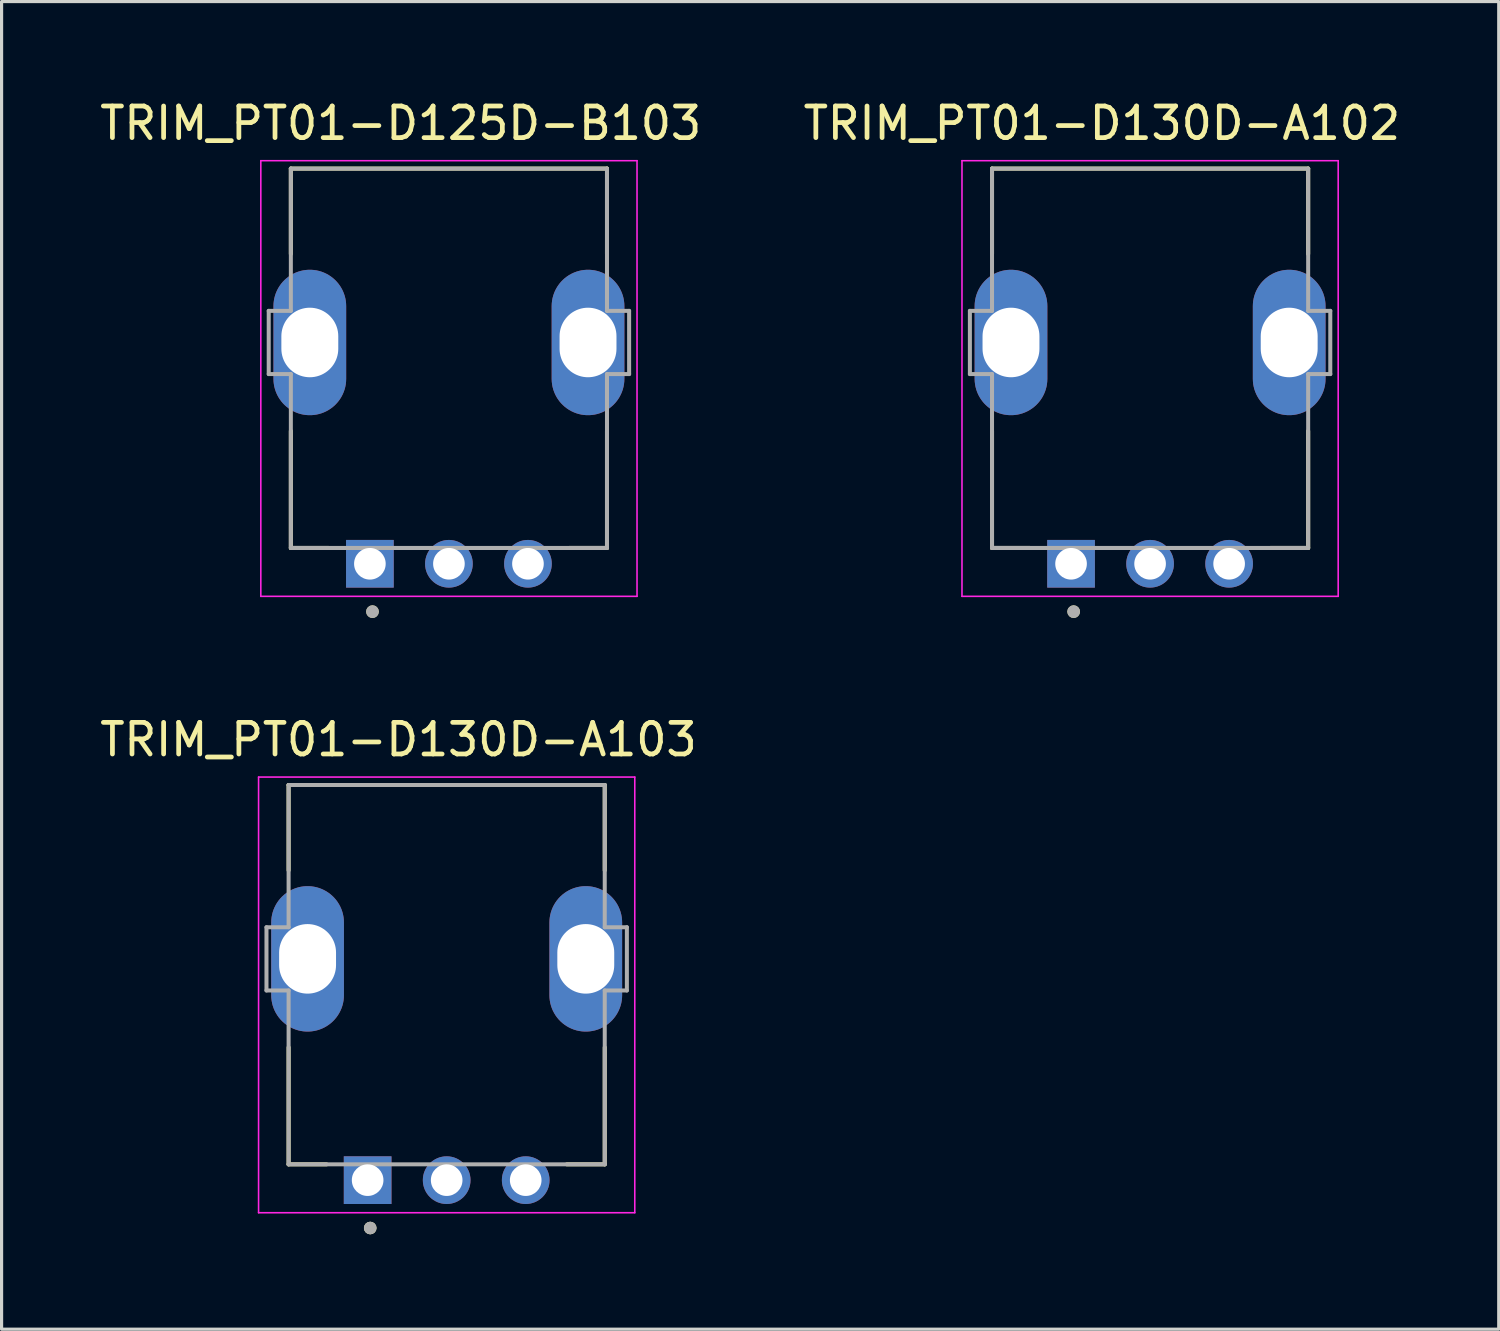
<source format=kicad_pcb>
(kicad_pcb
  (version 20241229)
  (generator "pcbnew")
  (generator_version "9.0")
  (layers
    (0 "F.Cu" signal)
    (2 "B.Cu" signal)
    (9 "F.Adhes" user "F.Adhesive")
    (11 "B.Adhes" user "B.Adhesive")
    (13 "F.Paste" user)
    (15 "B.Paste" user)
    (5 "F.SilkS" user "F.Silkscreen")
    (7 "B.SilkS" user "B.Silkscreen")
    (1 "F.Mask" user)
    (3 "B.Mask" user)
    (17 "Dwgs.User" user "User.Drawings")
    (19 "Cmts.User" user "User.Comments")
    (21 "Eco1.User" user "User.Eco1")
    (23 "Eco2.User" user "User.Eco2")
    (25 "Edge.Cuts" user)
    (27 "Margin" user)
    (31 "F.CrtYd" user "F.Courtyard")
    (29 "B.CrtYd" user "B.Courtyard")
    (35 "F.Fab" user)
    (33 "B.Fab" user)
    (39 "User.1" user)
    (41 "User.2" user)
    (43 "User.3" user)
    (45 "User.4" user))
  (footprint "TRIM_PT01-D130D-A102"
    (layer "F.Cu")
    (at 33.329 7.783)
    (property "Reference" "TRIM_PT01-D130D-A102" (at -1.525 -6.935 0) (layer "F.SilkS") (effects (font (size 1 1) (thickness 0.15))))
    (attr through_hole)
    (fp_line (start -5 -5.5) (end 5 -5.5) (stroke (width 0.127) (type solid)) (layer "F.SilkS"))
    (fp_line (start -5 -2.8) (end -5 -5.5) (stroke (width 0.127) (type solid)) (layer "F.SilkS"))
    (fp_line (start -5 2.8) (end -5 6.5) (stroke (width 0.127) (type solid)) (layer "F.SilkS"))
    (fp_line (start -5 6.5) (end -3.8 6.5) (stroke (width 0.127) (type solid)) (layer "F.SilkS"))
    (fp_line (start 5 -5.5) (end 5 -2.8) (stroke (width 0.127) (type solid)) (layer "F.SilkS"))
    (fp_line (start 5 2.8) (end 5 6.5) (stroke (width 0.127) (type solid)) (layer "F.SilkS"))
    (fp_line (start 5 6.5) (end 3.8 6.5) (stroke (width 0.127) (type solid)) (layer "F.SilkS"))
    (fp_circle (center -2.418 8.514) (end -2.318 8.514) (stroke (width 0.2) (type solid)) (fill no) (layer "F.SilkS"))
    (fp_line (start -5.95 -5.75) (end 5.95 -5.75) (stroke (width 0.05) (type solid)) (layer "F.CrtYd"))
    (fp_line (start -5.95 8.03) (end -5.95 -5.75) (stroke (width 0.05) (type solid)) (layer "F.CrtYd"))
    (fp_line (start 5.95 -5.75) (end 5.95 8.03) (stroke (width 0.05) (type solid)) (layer "F.CrtYd"))
    (fp_line (start 5.95 8.03) (end -5.95 8.03) (stroke (width 0.05) (type solid)) (layer "F.CrtYd"))
    (fp_line (start -5.7 -1) (end -5 -1) (stroke (width 0.127) (type solid)) (layer "F.Fab"))
    (fp_line (start -5.7 1) (end -5.7 -1) (stroke (width 0.127) (type solid)) (layer "F.Fab"))
    (fp_line (start -5 -5.5) (end 5 -5.5) (stroke (width 0.127) (type solid)) (layer "F.Fab"))
    (fp_line (start -5 -1) (end -5 -5.5) (stroke (width 0.127) (type solid)) (layer "F.Fab"))
    (fp_line (start -5 1) (end -5.7 1) (stroke (width 0.127) (type solid)) (layer "F.Fab"))
    (fp_line (start -5 6.5) (end -5 1) (stroke (width 0.127) (type solid)) (layer "F.Fab"))
    (fp_line (start -5 6.5) (end 5 6.5) (stroke (width 0.127) (type solid)) (layer "F.Fab"))
    (fp_line (start 5 -5.5) (end 5 -1) (stroke (width 0.127) (type solid)) (layer "F.Fab"))
    (fp_line (start 5 -1) (end 5.7 -1) (stroke (width 0.127) (type solid)) (layer "F.Fab"))
    (fp_line (start 5 1) (end 5 6.5) (stroke (width 0.127) (type solid)) (layer "F.Fab"))
    (fp_line (start 5.7 -1) (end 5.7 1) (stroke (width 0.127) (type solid)) (layer "F.Fab"))
    (fp_line (start 5.7 1) (end 5 1) (stroke (width 0.127) (type solid)) (layer "F.Fab"))
    (fp_circle (center -2.418 8.514) (end -2.318 8.514) (stroke (width 0.2) (type solid)) (fill no) (layer "F.Fab"))
    (pad "1" thru_hole rect (at -2.5 7) (size 1.508 1.508) (drill 1) (layers "*.Cu" "*.Mask"))
    (pad "2" thru_hole circle (at 0 7) (size 1.508 1.508) (drill 1) (layers "*.Cu" "*.Mask"))
    (pad "3" thru_hole circle (at 2.5 7) (size 1.508 1.508) (drill 1) (layers "*.Cu" "*.Mask"))
    (pad "S1" thru_hole oval (at -4.4 0) (size 2.3 4.6) (drill oval 1.8 2.2) (layers "*.Cu" "*.Mask"))
    (pad "S2" thru_hole oval (at 4.4 0) (size 2.3 4.6) (drill oval 1.8 2.2) (layers "*.Cu" "*.Mask")))
  (footprint "TRIM_PT01-D125D-B103"
    (layer "F.Cu")
    (at 11.15 7.783)
    (property "Reference" "TRIM_PT01-D125D-B103" (at -1.525 -6.935 0) (layer "F.SilkS") (effects (font (size 1 1) (thickness 0.15))))
    (attr through_hole)
    (fp_line (start -5 -5.5) (end 5 -5.5) (stroke (width 0.127) (type solid)) (layer "F.SilkS"))
    (fp_line (start -5 -2.8) (end -5 -5.5) (stroke (width 0.127) (type solid)) (layer "F.SilkS"))
    (fp_line (start -5 2.8) (end -5 6.5) (stroke (width 0.127) (type solid)) (layer "F.SilkS"))
    (fp_line (start -5 6.5) (end -3.8 6.5) (stroke (width 0.127) (type solid)) (layer "F.SilkS"))
    (fp_line (start 5 -5.5) (end 5 -2.8) (stroke (width 0.127) (type solid)) (layer "F.SilkS"))
    (fp_line (start 5 2.8) (end 5 6.5) (stroke (width 0.127) (type solid)) (layer "F.SilkS"))
    (fp_line (start 5 6.5) (end 3.8 6.5) (stroke (width 0.127) (type solid)) (layer "F.SilkS"))
    (fp_circle (center -2.418 8.514) (end -2.318 8.514) (stroke (width 0.2) (type solid)) (fill no) (layer "F.SilkS"))
    (fp_line (start -5.95 -5.75) (end 5.95 -5.75) (stroke (width 0.05) (type solid)) (layer "F.CrtYd"))
    (fp_line (start -5.95 8.03) (end -5.95 -5.75) (stroke (width 0.05) (type solid)) (layer "F.CrtYd"))
    (fp_line (start 5.95 -5.75) (end 5.95 8.03) (stroke (width 0.05) (type solid)) (layer "F.CrtYd"))
    (fp_line (start 5.95 8.03) (end -5.95 8.03) (stroke (width 0.05) (type solid)) (layer "F.CrtYd"))
    (fp_line (start -5.7 -1) (end -5 -1) (stroke (width 0.127) (type solid)) (layer "F.Fab"))
    (fp_line (start -5.7 1) (end -5.7 -1) (stroke (width 0.127) (type solid)) (layer "F.Fab"))
    (fp_line (start -5 -5.5) (end 5 -5.5) (stroke (width 0.127) (type solid)) (layer "F.Fab"))
    (fp_line (start -5 -1) (end -5 -5.5) (stroke (width 0.127) (type solid)) (layer "F.Fab"))
    (fp_line (start -5 1) (end -5.7 1) (stroke (width 0.127) (type solid)) (layer "F.Fab"))
    (fp_line (start -5 6.5) (end -5 1) (stroke (width 0.127) (type solid)) (layer "F.Fab"))
    (fp_line (start -5 6.5) (end 5 6.5) (stroke (width 0.127) (type solid)) (layer "F.Fab"))
    (fp_line (start 5 -5.5) (end 5 -1) (stroke (width 0.127) (type solid)) (layer "F.Fab"))
    (fp_line (start 5 -1) (end 5.7 -1) (stroke (width 0.127) (type solid)) (layer "F.Fab"))
    (fp_line (start 5 1) (end 5 6.5) (stroke (width 0.127) (type solid)) (layer "F.Fab"))
    (fp_line (start 5.7 -1) (end 5.7 1) (stroke (width 0.127) (type solid)) (layer "F.Fab"))
    (fp_line (start 5.7 1) (end 5 1) (stroke (width 0.127) (type solid)) (layer "F.Fab"))
    (fp_circle (center -2.418 8.514) (end -2.318 8.514) (stroke (width 0.2) (type solid)) (fill no) (layer "F.Fab"))
    (pad "1" thru_hole rect (at -2.5 7) (size 1.508 1.508) (drill 1) (layers "*.Cu" "*.Mask"))
    (pad "2" thru_hole circle (at 0 7) (size 1.508 1.508) (drill 1) (layers "*.Cu" "*.Mask"))
    (pad "3" thru_hole circle (at 2.5 7) (size 1.508 1.508) (drill 1) (layers "*.Cu" "*.Mask"))
    (pad "S1" thru_hole oval (at -4.4 0) (size 2.3 4.6) (drill oval 1.8 2.2) (layers "*.Cu" "*.Mask"))
    (pad "S2" thru_hole oval (at 4.4 0) (size 2.3 4.6) (drill oval 1.8 2.2) (layers "*.Cu" "*.Mask")))
  (footprint "TRIM_PT01-D130D-A103"
    (layer "F.Cu")
    (at 11.079 27.28)
    (property "Reference" "TRIM_PT01-D130D-A103" (at -1.525 -6.935 0) (layer "F.SilkS") (effects (font (size 1 1) (thickness 0.15))))
    (attr through_hole)
    (fp_line (start -5 -5.5) (end 5 -5.5) (stroke (width 0.127) (type solid)) (layer "F.SilkS"))
    (fp_line (start -5 -2.8) (end -5 -5.5) (stroke (width 0.127) (type solid)) (layer "F.SilkS"))
    (fp_line (start -5 2.8) (end -5 6.5) (stroke (width 0.127) (type solid)) (layer "F.SilkS"))
    (fp_line (start -5 6.5) (end -3.8 6.5) (stroke (width 0.127) (type solid)) (layer "F.SilkS"))
    (fp_line (start 5 -5.5) (end 5 -2.8) (stroke (width 0.127) (type solid)) (layer "F.SilkS"))
    (fp_line (start 5 2.8) (end 5 6.5) (stroke (width 0.127) (type solid)) (layer "F.SilkS"))
    (fp_line (start 5 6.5) (end 3.8 6.5) (stroke (width 0.127) (type solid)) (layer "F.SilkS"))
    (fp_circle (center -2.418 8.514) (end -2.318 8.514) (stroke (width 0.2) (type solid)) (fill no) (layer "F.SilkS"))
    (fp_line (start -5.95 -5.75) (end 5.95 -5.75) (stroke (width 0.05) (type solid)) (layer "F.CrtYd"))
    (fp_line (start -5.95 8.03) (end -5.95 -5.75) (stroke (width 0.05) (type solid)) (layer "F.CrtYd"))
    (fp_line (start 5.95 -5.75) (end 5.95 8.03) (stroke (width 0.05) (type solid)) (layer "F.CrtYd"))
    (fp_line (start 5.95 8.03) (end -5.95 8.03) (stroke (width 0.05) (type solid)) (layer "F.CrtYd"))
    (fp_line (start -5.7 -1) (end -5 -1) (stroke (width 0.127) (type solid)) (layer "F.Fab"))
    (fp_line (start -5.7 1) (end -5.7 -1) (stroke (width 0.127) (type solid)) (layer "F.Fab"))
    (fp_line (start -5 -5.5) (end 5 -5.5) (stroke (width 0.127) (type solid)) (layer "F.Fab"))
    (fp_line (start -5 -1) (end -5 -5.5) (stroke (width 0.127) (type solid)) (layer "F.Fab"))
    (fp_line (start -5 1) (end -5.7 1) (stroke (width 0.127) (type solid)) (layer "F.Fab"))
    (fp_line (start -5 6.5) (end -5 1) (stroke (width 0.127) (type solid)) (layer "F.Fab"))
    (fp_line (start -5 6.5) (end 5 6.5) (stroke (width 0.127) (type solid)) (layer "F.Fab"))
    (fp_line (start 5 -5.5) (end 5 -1) (stroke (width 0.127) (type solid)) (layer "F.Fab"))
    (fp_line (start 5 -1) (end 5.7 -1) (stroke (width 0.127) (type solid)) (layer "F.Fab"))
    (fp_line (start 5 1) (end 5 6.5) (stroke (width 0.127) (type solid)) (layer "F.Fab"))
    (fp_line (start 5.7 -1) (end 5.7 1) (stroke (width 0.127) (type solid)) (layer "F.Fab"))
    (fp_line (start 5.7 1) (end 5 1) (stroke (width 0.127) (type solid)) (layer "F.Fab"))
    (fp_circle (center -2.418 8.514) (end -2.318 8.514) (stroke (width 0.2) (type solid)) (fill no) (layer "F.Fab"))
    (pad "1" thru_hole rect (at -2.5 7) (size 1.508 1.508) (drill 1) (layers "*.Cu" "*.Mask"))
    (pad "2" thru_hole circle (at 0 7) (size 1.508 1.508) (drill 1) (layers "*.Cu" "*.Mask"))
    (pad "3" thru_hole circle (at 2.5 7) (size 1.508 1.508) (drill 1) (layers "*.Cu" "*.Mask"))
    (pad "S1" thru_hole oval (at -4.4 0) (size 2.3 4.6) (drill oval 1.8 2.2) (layers "*.Cu" "*.Mask"))
    (pad "S2" thru_hole oval (at 4.4 0) (size 2.3 4.6) (drill oval 1.8 2.2) (layers "*.Cu" "*.Mask")))
  (gr_rect
    (start -3 -3)
    (end 44.357 38.995)
    (stroke (width 0.1) (type default))
    (fill no)
    (layer "Edge.Cuts")))
</source>
